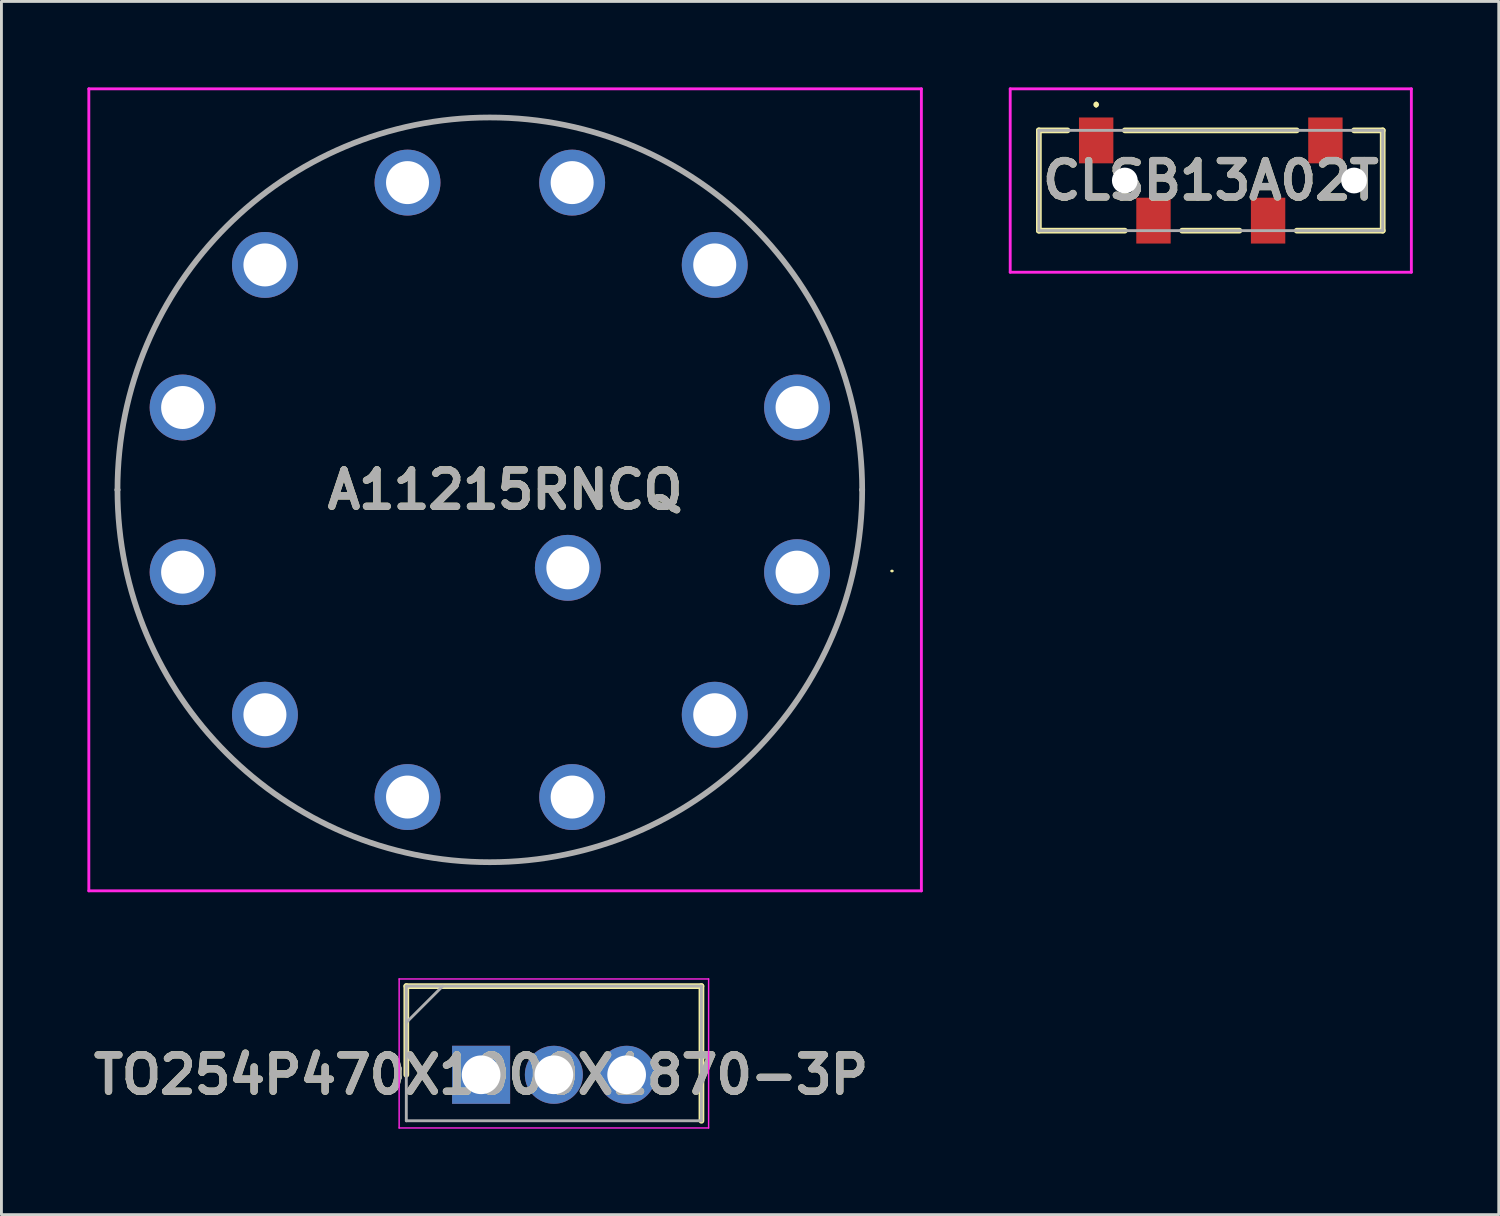
<source format=kicad_pcb>
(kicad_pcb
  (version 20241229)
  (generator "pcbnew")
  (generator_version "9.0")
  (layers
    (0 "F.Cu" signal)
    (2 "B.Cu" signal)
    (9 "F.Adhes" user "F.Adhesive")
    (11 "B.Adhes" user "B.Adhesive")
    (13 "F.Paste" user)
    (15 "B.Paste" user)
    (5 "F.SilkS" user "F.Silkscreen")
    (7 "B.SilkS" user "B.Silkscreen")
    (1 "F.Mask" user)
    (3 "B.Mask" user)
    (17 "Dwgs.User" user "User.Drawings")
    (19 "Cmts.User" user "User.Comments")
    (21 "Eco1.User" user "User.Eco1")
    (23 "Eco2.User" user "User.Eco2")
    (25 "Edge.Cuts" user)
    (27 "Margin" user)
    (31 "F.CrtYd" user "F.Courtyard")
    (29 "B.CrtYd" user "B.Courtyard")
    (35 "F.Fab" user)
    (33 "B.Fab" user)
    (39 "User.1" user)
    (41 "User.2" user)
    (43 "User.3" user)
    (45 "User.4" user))
  (footprint "TO254P470X1000X1870-3P"
    (layer "F.Cu")
    (at 13.74 34.46)
    (property "Reference" "TO254P470X1000X1870-3P" (at 0 0 0) (layer "F.SilkS") (effects (font (size 1.27 1.27) (thickness 0.254))))
    (attr through_hole)
    (fp_line (start -2.61 -3.095) (end -2.61 0) (stroke (width 0.2) (type solid)) (layer "F.SilkS"))
    (fp_line (start 7.69 -3.095) (end -2.61 -3.095) (stroke (width 0.2) (type solid)) (layer "F.SilkS"))
    (fp_line (start 7.69 1.605) (end 7.69 -3.095) (stroke (width 0.2) (type solid)) (layer "F.SilkS"))
    (fp_line (start -2.86 -3.345) (end 7.94 -3.345) (stroke (width 0.05) (type solid)) (layer "F.CrtYd"))
    (fp_line (start -2.86 1.855) (end -2.86 -3.345) (stroke (width 0.05) (type solid)) (layer "F.CrtYd"))
    (fp_line (start 7.94 -3.345) (end 7.94 1.855) (stroke (width 0.05) (type solid)) (layer "F.CrtYd"))
    (fp_line (start 7.94 1.855) (end -2.86 1.855) (stroke (width 0.05) (type solid)) (layer "F.CrtYd"))
    (fp_line (start -2.61 -3.095) (end 7.69 -3.095) (stroke (width 0.1) (type solid)) (layer "F.Fab"))
    (fp_line (start -2.61 -1.825) (end -1.34 -3.095) (stroke (width 0.1) (type solid)) (layer "F.Fab"))
    (fp_line (start -2.61 1.605) (end -2.61 -3.095) (stroke (width 0.1) (type solid)) (layer "F.Fab"))
    (fp_line (start 7.69 -3.095) (end 7.69 1.605) (stroke (width 0.1) (type solid)) (layer "F.Fab"))
    (fp_line (start 7.69 1.605) (end -2.61 1.605) (stroke (width 0.1) (type solid)) (layer "F.Fab"))
    (fp_text user "${REFERENCE}" (at 0 0 0) (layer "F.Fab") (effects (font (size 1.27 1.27) (thickness 0.254))))
    (pad "1" thru_hole rect (at 0 0) (size 2.025 2.025) (drill 1.35) (layers "*.Cu" "*.Mask"))
    (pad "2" thru_hole circle (at 2.54 0) (size 2.025 2.025) (drill 1.35) (layers "*.Cu" "*.Mask"))
    (pad "3" thru_hole circle (at 5.08 0) (size 2.025 2.025) (drill 1.35) (layers "*.Cu" "*.Mask")))
  (footprint "A11215RNCQ"
    (layer "F.Cu")
    (at 24.767 16.918)
    (property "Reference" "A11215RNCQ" (at -10.189 -2.873 0) (layer "F.SilkS") (effects (font (size 1.27 1.27) (thickness 0.254))))
    (attr through_hole)
    (fp_line (start -23.717 -2.873) (end -23.717 -2.873) (stroke (width 0.1) (type solid)) (layer "F.SilkS"))
    (fp_line (start 2.273 -2.873) (end 2.273 -2.873) (stroke (width 0.1) (type solid)) (layer "F.SilkS"))
    (fp_line (start 3.287 -0.04) (end 3.287 -0.04) (stroke (width 0.052) (type solid)) (layer "F.SilkS"))
    (fp_line (start 3.339 -0.04) (end 3.339 -0.04) (stroke (width 0.052) (type solid)) (layer "F.SilkS"))
    (fp_arc (start -23.717 -2.873) (mid -10.722 -15.868) (end 2.273 -2.873) (stroke (width 0.1) (type solid)) (layer "F.SilkS"))
    (fp_arc (start 2.273 -2.873) (mid -10.722 10.122) (end -23.717 -2.873) (stroke (width 0.1) (type solid)) (layer "F.SilkS"))
    (fp_arc (start 3.287 -0.04) (mid 3.313 -0.066) (end 3.339 -0.04) (stroke (width 0.052) (type solid)) (layer "F.SilkS"))
    (fp_arc (start 3.339 -0.04) (mid 3.313 -0.014) (end 3.287 -0.04) (stroke (width 0.052) (type solid)) (layer "F.SilkS"))
    (fp_line (start -24.717 -16.868) (end 4.339 -16.868) (stroke (width 0.1) (type solid)) (layer "F.CrtYd"))
    (fp_line (start -24.717 11.122) (end -24.717 -16.868) (stroke (width 0.1) (type solid)) (layer "F.CrtYd"))
    (fp_line (start 4.339 -16.868) (end 4.339 11.122) (stroke (width 0.1) (type solid)) (layer "F.CrtYd"))
    (fp_line (start 4.339 11.122) (end -24.717 11.122) (stroke (width 0.1) (type solid)) (layer "F.CrtYd"))
    (fp_line (start -23.717 -2.873) (end -23.717 -2.873) (stroke (width 0.2) (type solid)) (layer "F.Fab"))
    (fp_line (start 2.273 -2.873) (end 2.273 -2.873) (stroke (width 0.2) (type solid)) (layer "F.Fab"))
    (fp_arc (start -23.717 -2.873) (mid -10.722 -15.868) (end 2.273 -2.873) (stroke (width 0.2) (type solid)) (layer "F.Fab"))
    (fp_arc (start 2.273 -2.873) (mid -10.722 10.122) (end -23.717 -2.873) (stroke (width 0.2) (type solid)) (layer "F.Fab"))
    (fp_text user "${REFERENCE}" (at -10.189 -2.873 0) (layer "F.Fab") (effects (font (size 1.27 1.27) (thickness 0.254))))
    (pad "1" thru_hole circle (at 0 0) (size 2.3 2.3) (drill 1.5) (layers "*.Cu" "*.Mask"))
    (pad "2" thru_hole circle (at -2.873 4.976) (size 2.3 2.3) (drill 1.5) (layers "*.Cu" "*.Mask"))
    (pad "3" thru_hole circle (at -7.849 7.849) (size 2.3 2.3) (drill 1.5) (layers "*.Cu" "*.Mask"))
    (pad "4" thru_hole circle (at -13.595 7.849) (size 2.3 2.3) (drill 1.5) (layers "*.Cu" "*.Mask"))
    (pad "5" thru_hole circle (at -18.571 4.976) (size 2.3 2.3) (drill 1.5) (layers "*.Cu" "*.Mask"))
    (pad "6" thru_hole circle (at -21.444 0) (size 2.3 2.3) (drill 1.5) (layers "*.Cu" "*.Mask"))
    (pad "7" thru_hole circle (at -21.444 -5.746) (size 2.3 2.3) (drill 1.5) (layers "*.Cu" "*.Mask"))
    (pad "8" thru_hole circle (at -18.571 -10.722) (size 2.3 2.3) (drill 1.5) (layers "*.Cu" "*.Mask"))
    (pad "9" thru_hole circle (at -13.595 -13.595) (size 2.3 2.3) (drill 1.5) (layers "*.Cu" "*.Mask"))
    (pad "10" thru_hole circle (at -7.849 -13.595) (size 2.3 2.3) (drill 1.5) (layers "*.Cu" "*.Mask"))
    (pad "11" thru_hole circle (at -2.873 -10.722) (size 2.3 2.3) (drill 1.5) (layers "*.Cu" "*.Mask"))
    (pad "12" thru_hole circle (at 0 -5.746) (size 2.3 2.3) (drill 1.5) (layers "*.Cu" "*.Mask"))
    (pad "A1" thru_hole circle (at -7.999 -0.151) (size 2.3 2.3) (drill 1.5) (layers "*.Cu" "*.Mask")))
  (footprint "CLSB13A02T"
    (layer "F.Cu")
    (at 39.206 3.25)
    (property "Reference" "CLSB13A02T" (at 0 0 0) (layer "F.SilkS") (effects (font (size 1.27 1.27) (thickness 0.254))))
    (attr through_hole)
    (fp_line (start -6 -1.75) (end -6 1.75) (stroke (width 0.2) (type solid)) (layer "F.SilkS"))
    (fp_line (start -6 1.75) (end -3 1.75) (stroke (width 0.2) (type solid)) (layer "F.SilkS"))
    (fp_line (start -5 -1.75) (end -6 -1.75) (stroke (width 0.2) (type solid)) (layer "F.SilkS"))
    (fp_line (start -4 -2.7) (end -4 -2.7) (stroke (width 0.1) (type solid)) (layer "F.SilkS"))
    (fp_line (start -4 -2.6) (end -4 -2.6) (stroke (width 0.1) (type solid)) (layer "F.SilkS"))
    (fp_line (start -3 -1.75) (end 3 -1.75) (stroke (width 0.2) (type solid)) (layer "F.SilkS"))
    (fp_line (start -1 1.75) (end 1 1.75) (stroke (width 0.2) (type solid)) (layer "F.SilkS"))
    (fp_line (start 5 -1.75) (end 6 -1.75) (stroke (width 0.2) (type solid)) (layer "F.SilkS"))
    (fp_line (start 6 -1.75) (end 6 1.75) (stroke (width 0.2) (type solid)) (layer "F.SilkS"))
    (fp_line (start 6 1.75) (end 3 1.75) (stroke (width 0.2) (type solid)) (layer "F.SilkS"))
    (fp_arc (start -4 -2.7) (mid -3.95 -2.65) (end -4 -2.6) (stroke (width 0.1) (type solid)) (layer "F.SilkS"))
    (fp_arc (start -4 -2.6) (mid -4.05 -2.65) (end -4 -2.7) (stroke (width 0.1) (type solid)) (layer "F.SilkS"))
    (fp_line (start -7 -3.2) (end 7 -3.2) (stroke (width 0.1) (type solid)) (layer "F.CrtYd"))
    (fp_line (start -7 3.2) (end -7 -3.2) (stroke (width 0.1) (type solid)) (layer "F.CrtYd"))
    (fp_line (start 7 -3.2) (end 7 3.2) (stroke (width 0.1) (type solid)) (layer "F.CrtYd"))
    (fp_line (start 7 3.2) (end -7 3.2) (stroke (width 0.1) (type solid)) (layer "F.CrtYd"))
    (fp_line (start -6 -1.75) (end 6 -1.75) (stroke (width 0.1) (type solid)) (layer "F.Fab"))
    (fp_line (start -6 1.75) (end -6 -1.75) (stroke (width 0.1) (type solid)) (layer "F.Fab"))
    (fp_line (start 6 -1.75) (end 6 1.75) (stroke (width 0.1) (type solid)) (layer "F.Fab"))
    (fp_line (start 6 1.75) (end -6 1.75) (stroke (width 0.1) (type solid)) (layer "F.Fab"))
    (fp_text user "${REFERENCE}" (at 0 0 0) (layer "F.Fab") (effects (font (size 1.27 1.27) (thickness 0.254))))
    (pad "" np_thru_hole circle (at -3 0) (size 0.9 0.9) (drill 0.9) (layers "*.Cu" "*.Mask"))
    (pad "" np_thru_hole circle (at 5 0) (size 0.9 0.9) (drill 0.9) (layers "*.Cu" "*.Mask"))
    (pad "1" smd rect (at -4 -1.4) (size 1.2 1.6) (layers "F.Cu" "F.Mask" "F.Paste"))
    (pad "2" smd rect (at -2 1.4) (size 1.2 1.6) (layers "F.Cu" "F.Mask" "F.Paste"))
    (pad "3" smd rect (at 2 1.4) (size 1.2 1.6) (layers "F.Cu" "F.Mask" "F.Paste"))
    (pad "4" smd rect (at 4 -1.4) (size 1.2 1.6) (layers "F.Cu" "F.Mask" "F.Paste")))
  (gr_rect
    (start -3 -3)
    (end 49.256 39.34)
    (stroke (width 0.1) (type default))
    (fill no)
    (layer "Edge.Cuts")))
</source>
